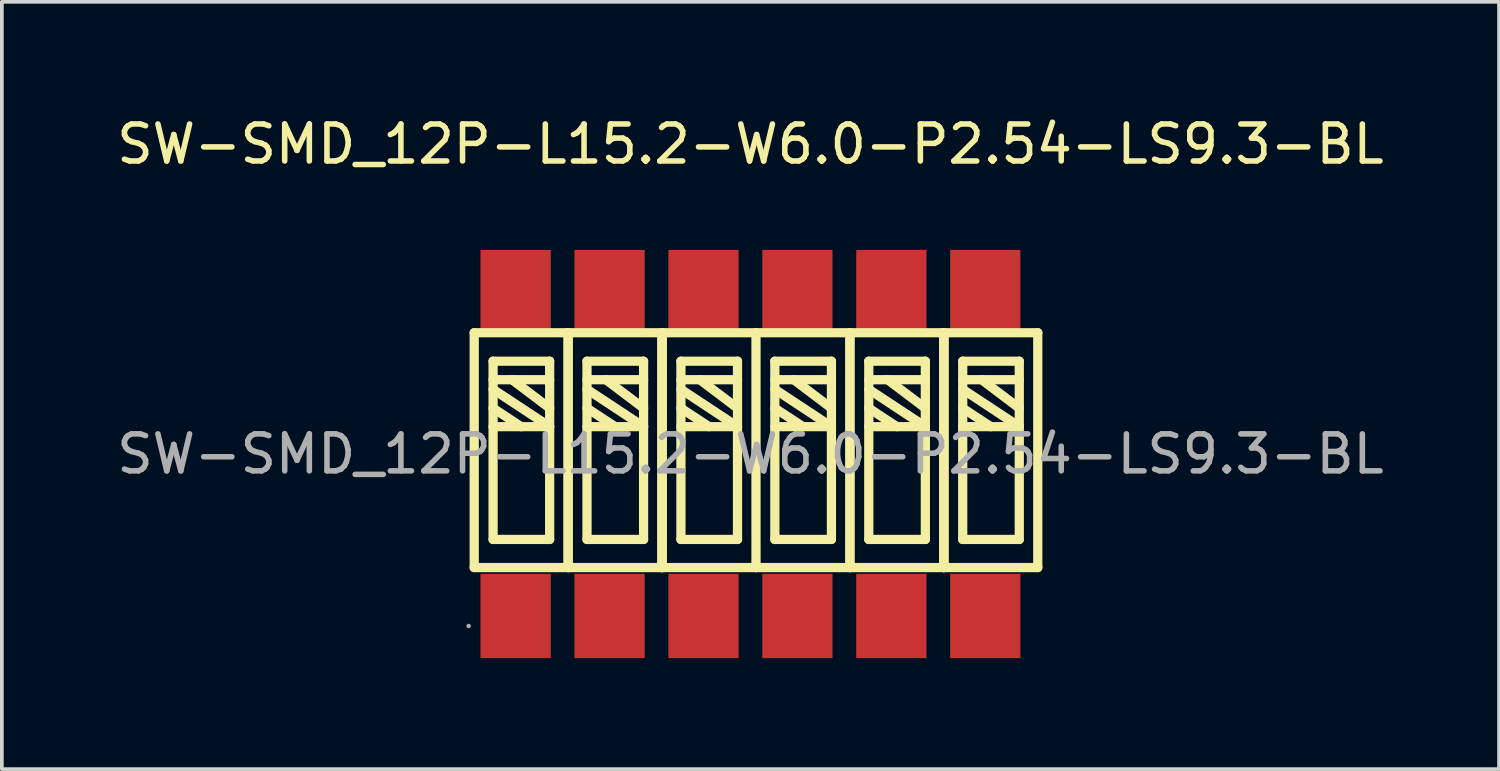
<source format=kicad_pcb>
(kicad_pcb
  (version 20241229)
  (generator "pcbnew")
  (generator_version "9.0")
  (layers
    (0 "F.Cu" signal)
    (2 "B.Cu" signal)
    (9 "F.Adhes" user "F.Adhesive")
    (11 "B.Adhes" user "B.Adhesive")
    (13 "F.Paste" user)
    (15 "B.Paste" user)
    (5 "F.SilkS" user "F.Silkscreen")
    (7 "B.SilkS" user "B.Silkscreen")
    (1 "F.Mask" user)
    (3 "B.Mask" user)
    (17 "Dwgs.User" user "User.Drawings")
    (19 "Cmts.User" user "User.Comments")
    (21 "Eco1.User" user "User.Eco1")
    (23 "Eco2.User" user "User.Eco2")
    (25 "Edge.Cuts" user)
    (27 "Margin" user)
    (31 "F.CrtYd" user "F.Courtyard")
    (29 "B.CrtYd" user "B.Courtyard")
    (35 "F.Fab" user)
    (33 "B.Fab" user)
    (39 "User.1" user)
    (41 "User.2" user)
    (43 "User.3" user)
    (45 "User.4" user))
  (footprint "SW-SMD_12P-L15.2-W6.0-P2.54-LS9.3-BL"
    (layer "F.Cu")
    (at 17.244 9.228)
    (property "Reference" "SW-SMD_12P-L15.2-W6.0-P2.54-LS9.3-BL" (at 0 -8.38 0) (layer "F.SilkS") (effects (font (size 1 1) (thickness 0.15))))
    (attr through_hole)
    (fp_line (start -7.47 -3.28) (end -4.93 -3.28) (stroke (width 0.25) (type solid)) (layer "F.SilkS"))
    (fp_line (start -7.47 3.07) (end -7.47 -3.28) (stroke (width 0.25) (type solid)) (layer "F.SilkS"))
    (fp_line (start -6.96 -2.51) (end -5.43 -2.51) (stroke (width 0.25) (type solid)) (layer "F.SilkS"))
    (fp_line (start -6.96 -1.75) (end -5.43 -0.74) (stroke (width 0.25) (type solid)) (layer "F.SilkS"))
    (fp_line (start -6.96 2.31) (end -6.96 -2.51) (stroke (width 0.25) (type solid)) (layer "F.SilkS"))
    (fp_line (start -6.2 -0.74) (end -6.96 -1.24) (stroke (width 0.25) (type solid)) (layer "F.SilkS"))
    (fp_line (start -5.43 -2.51) (end -5.43 2.31) (stroke (width 0.25) (type solid)) (layer "F.SilkS"))
    (fp_line (start -5.43 -2.01) (end -6.96 -2.01) (stroke (width 0.25) (type solid)) (layer "F.SilkS"))
    (fp_line (start -5.43 -1.24) (end -6.45 -2.01) (stroke (width 0.25) (type solid)) (layer "F.SilkS"))
    (fp_line (start -5.43 -0.74) (end -6.96 -0.74) (stroke (width 0.25) (type solid)) (layer "F.SilkS"))
    (fp_line (start -5.43 2.31) (end -6.96 2.31) (stroke (width 0.25) (type solid)) (layer "F.SilkS"))
    (fp_line (start -4.93 -3.28) (end -4.93 3.07) (stroke (width 0.25) (type solid)) (layer "F.SilkS"))
    (fp_line (start -4.93 -3.28) (end -4.93 3.07) (stroke (width 0.25) (type solid)) (layer "F.SilkS"))
    (fp_line (start -4.93 3.07) (end -7.47 3.07) (stroke (width 0.25) (type solid)) (layer "F.SilkS"))
    (fp_line (start -4.93 3.07) (end -2.39 3.07) (stroke (width 0.25) (type solid)) (layer "F.SilkS"))
    (fp_line (start -4.42 -2.51) (end -4.42 2.31) (stroke (width 0.25) (type solid)) (layer "F.SilkS"))
    (fp_line (start -4.42 -0.74) (end -2.89 -0.74) (stroke (width 0.25) (type solid)) (layer "F.SilkS"))
    (fp_line (start -4.42 2.31) (end -2.89 2.31) (stroke (width 0.25) (type solid)) (layer "F.SilkS"))
    (fp_line (start -3.66 -0.74) (end -4.42 -1.24) (stroke (width 0.25) (type solid)) (layer "F.SilkS"))
    (fp_line (start -2.89 -2.51) (end -4.42 -2.51) (stroke (width 0.25) (type solid)) (layer "F.SilkS"))
    (fp_line (start -2.89 -2.01) (end -4.42 -2.01) (stroke (width 0.25) (type solid)) (layer "F.SilkS"))
    (fp_line (start -2.89 -1.24) (end -3.91 -2.01) (stroke (width 0.25) (type solid)) (layer "F.SilkS"))
    (fp_line (start -2.89 -0.74) (end -4.42 -1.75) (stroke (width 0.25) (type solid)) (layer "F.SilkS"))
    (fp_line (start -2.89 2.31) (end -2.89 -2.51) (stroke (width 0.25) (type solid)) (layer "F.SilkS"))
    (fp_line (start -2.39 -3.28) (end -4.93 -3.28) (stroke (width 0.25) (type solid)) (layer "F.SilkS"))
    (fp_line (start -2.39 -3.28) (end -2.39 3.07) (stroke (width 0.25) (type solid)) (layer "F.SilkS"))
    (fp_line (start -2.39 -3.28) (end 0.15 -3.28) (stroke (width 0.25) (type solid)) (layer "F.SilkS"))
    (fp_line (start -2.39 3.07) (end -2.39 -3.28) (stroke (width 0.25) (type solid)) (layer "F.SilkS"))
    (fp_line (start -2.39 3.07) (end -2.39 -3.28) (stroke (width 0.25) (type solid)) (layer "F.SilkS"))
    (fp_line (start -1.88 -2.51) (end -0.35 -2.51) (stroke (width 0.25) (type solid)) (layer "F.SilkS"))
    (fp_line (start -1.88 -1.75) (end -0.35 -0.74) (stroke (width 0.25) (type solid)) (layer "F.SilkS"))
    (fp_line (start -1.88 2.31) (end -1.88 -2.51) (stroke (width 0.25) (type solid)) (layer "F.SilkS"))
    (fp_line (start -1.12 -0.74) (end -1.88 -1.24) (stroke (width 0.25) (type solid)) (layer "F.SilkS"))
    (fp_line (start -0.35 -2.51) (end -0.35 2.31) (stroke (width 0.25) (type solid)) (layer "F.SilkS"))
    (fp_line (start -0.35 -2.01) (end -1.88 -2.01) (stroke (width 0.25) (type solid)) (layer "F.SilkS"))
    (fp_line (start -0.35 -1.24) (end -1.37 -2.01) (stroke (width 0.25) (type solid)) (layer "F.SilkS"))
    (fp_line (start -0.35 -0.74) (end -1.88 -0.74) (stroke (width 0.25) (type solid)) (layer "F.SilkS"))
    (fp_line (start -0.35 2.31) (end -1.88 2.31) (stroke (width 0.25) (type solid)) (layer "F.SilkS"))
    (fp_line (start 0.15 -3.28) (end 2.69 -3.28) (stroke (width 0.25) (type solid)) (layer "F.SilkS"))
    (fp_line (start 0.15 3.07) (end -2.39 3.07) (stroke (width 0.25) (type solid)) (layer "F.SilkS"))
    (fp_line (start 0.15 3.07) (end 0.15 -3.28) (stroke (width 0.25) (type solid)) (layer "F.SilkS"))
    (fp_line (start 0.66 -2.51) (end 0.66 2.31) (stroke (width 0.25) (type solid)) (layer "F.SilkS"))
    (fp_line (start 0.66 -0.74) (end 2.19 -0.74) (stroke (width 0.25) (type solid)) (layer "F.SilkS"))
    (fp_line (start 0.66 2.31) (end 2.19 2.31) (stroke (width 0.25) (type solid)) (layer "F.SilkS"))
    (fp_line (start 1.42 -0.74) (end 0.66 -1.24) (stroke (width 0.25) (type solid)) (layer "F.SilkS"))
    (fp_line (start 2.19 -2.51) (end 0.66 -2.51) (stroke (width 0.25) (type solid)) (layer "F.SilkS"))
    (fp_line (start 2.19 -2.01) (end 0.66 -2.01) (stroke (width 0.25) (type solid)) (layer "F.SilkS"))
    (fp_line (start 2.19 -1.24) (end 1.17 -2.01) (stroke (width 0.25) (type solid)) (layer "F.SilkS"))
    (fp_line (start 2.19 -0.74) (end 0.66 -1.75) (stroke (width 0.25) (type solid)) (layer "F.SilkS"))
    (fp_line (start 2.19 2.31) (end 2.19 -2.51) (stroke (width 0.25) (type solid)) (layer "F.SilkS"))
    (fp_line (start 2.69 -3.28) (end 2.69 3.07) (stroke (width 0.25) (type solid)) (layer "F.SilkS"))
    (fp_line (start 2.69 -3.28) (end 5.23 -3.28) (stroke (width 0.25) (type solid)) (layer "F.SilkS"))
    (fp_line (start 2.69 3.07) (end 0.15 3.07) (stroke (width 0.25) (type solid)) (layer "F.SilkS"))
    (fp_line (start 2.69 3.07) (end 2.69 -3.28) (stroke (width 0.25) (type solid)) (layer "F.SilkS"))
    (fp_line (start 3.2 -2.51) (end 4.73 -2.51) (stroke (width 0.25) (type solid)) (layer "F.SilkS"))
    (fp_line (start 3.2 -1.75) (end 4.73 -0.74) (stroke (width 0.25) (type solid)) (layer "F.SilkS"))
    (fp_line (start 3.2 2.31) (end 3.2 -2.51) (stroke (width 0.25) (type solid)) (layer "F.SilkS"))
    (fp_line (start 3.96 -0.74) (end 3.2 -1.24) (stroke (width 0.25) (type solid)) (layer "F.SilkS"))
    (fp_line (start 4.73 -2.51) (end 4.73 2.31) (stroke (width 0.25) (type solid)) (layer "F.SilkS"))
    (fp_line (start 4.73 -2.01) (end 3.2 -2.01) (stroke (width 0.25) (type solid)) (layer "F.SilkS"))
    (fp_line (start 4.73 -1.24) (end 3.71 -2.01) (stroke (width 0.25) (type solid)) (layer "F.SilkS"))
    (fp_line (start 4.73 -0.74) (end 3.2 -0.74) (stroke (width 0.25) (type solid)) (layer "F.SilkS"))
    (fp_line (start 4.73 2.31) (end 3.2 2.31) (stroke (width 0.25) (type solid)) (layer "F.SilkS"))
    (fp_line (start 5.23 -3.28) (end 5.23 3.07) (stroke (width 0.25) (type solid)) (layer "F.SilkS"))
    (fp_line (start 5.23 -3.28) (end 5.23 3.07) (stroke (width 0.25) (type solid)) (layer "F.SilkS"))
    (fp_line (start 5.23 -3.28) (end 5.23 3.07) (stroke (width 0.25) (type solid)) (layer "F.SilkS"))
    (fp_line (start 5.23 3.07) (end 2.69 3.07) (stroke (width 0.25) (type solid)) (layer "F.SilkS"))
    (fp_line (start 5.23 3.07) (end 7.77 3.07) (stroke (width 0.25) (type solid)) (layer "F.SilkS"))
    (fp_line (start 5.74 -2.51) (end 5.74 2.31) (stroke (width 0.25) (type solid)) (layer "F.SilkS"))
    (fp_line (start 5.74 -0.74) (end 7.27 -0.74) (stroke (width 0.25) (type solid)) (layer "F.SilkS"))
    (fp_line (start 5.74 2.31) (end 7.27 2.31) (stroke (width 0.25) (type solid)) (layer "F.SilkS"))
    (fp_line (start 6.5 -0.74) (end 5.74 -1.24) (stroke (width 0.25) (type solid)) (layer "F.SilkS"))
    (fp_line (start 7.27 -2.51) (end 5.74 -2.51) (stroke (width 0.25) (type solid)) (layer "F.SilkS"))
    (fp_line (start 7.27 -2.01) (end 5.74 -2.01) (stroke (width 0.25) (type solid)) (layer "F.SilkS"))
    (fp_line (start 7.27 -1.24) (end 6.25 -2.01) (stroke (width 0.25) (type solid)) (layer "F.SilkS"))
    (fp_line (start 7.27 -0.74) (end 5.74 -1.75) (stroke (width 0.25) (type solid)) (layer "F.SilkS"))
    (fp_line (start 7.27 2.31) (end 7.27 -2.51) (stroke (width 0.25) (type solid)) (layer "F.SilkS"))
    (fp_line (start 7.77 -3.28) (end 5.23 -3.28) (stroke (width 0.25) (type solid)) (layer "F.SilkS"))
    (fp_line (start 7.77 3.07) (end 7.77 -3.28) (stroke (width 0.25) (type solid)) (layer "F.SilkS"))
    (fp_circle (center -7.62 4.65) (end -7.59 4.65) (stroke (width 0.06) (type solid)) (fill no) (layer "F.Fab"))
    (fp_text user "${REFERENCE}" (at 0 0 0) (layer "F.Fab") (effects (font (size 1 1) (thickness 0.15))))
    (pad "1" smd rect (at -6.35 4.38) (size 1.9 2.28) (layers "F.Cu" "F.Mask" "F.Paste"))
    (pad "2" smd rect (at -3.81 4.38) (size 1.9 2.28) (layers "F.Cu" "F.Mask" "F.Paste"))
    (pad "3" smd rect (at -1.27 4.38) (size 1.9 2.28) (layers "F.Cu" "F.Mask" "F.Paste"))
    (pad "4" smd rect (at 1.27 4.38) (size 1.9 2.28) (layers "F.Cu" "F.Mask" "F.Paste"))
    (pad "5" smd rect (at 3.81 4.38) (size 1.9 2.28) (layers "F.Cu" "F.Mask" "F.Paste"))
    (pad "6" smd rect (at 6.35 4.38) (size 1.9 2.28) (layers "F.Cu" "F.Mask" "F.Paste"))
    (pad "7" smd rect (at 6.35 -4.38) (size 1.9 2.28) (layers "F.Cu" "F.Mask" "F.Paste"))
    (pad "8" smd rect (at 3.81 -4.38) (size 1.9 2.28) (layers "F.Cu" "F.Mask" "F.Paste"))
    (pad "9" smd rect (at 1.27 -4.38) (size 1.9 2.28) (layers "F.Cu" "F.Mask" "F.Paste"))
    (pad "10" smd rect (at -1.27 -4.38) (size 1.9 2.28) (layers "F.Cu" "F.Mask" "F.Paste"))
    (pad "11" smd rect (at -3.81 -4.38) (size 1.9 2.28) (layers "F.Cu" "F.Mask" "F.Paste"))
    (pad "12" smd rect (at -6.35 -4.38) (size 1.9 2.28) (layers "F.Cu" "F.Mask" "F.Paste")))
  (gr_rect
    (start -3 -3)
    (end 37.488 17.748)
    (stroke (width 0.1) (type default))
    (fill no)
    (layer "Edge.Cuts")))
</source>
